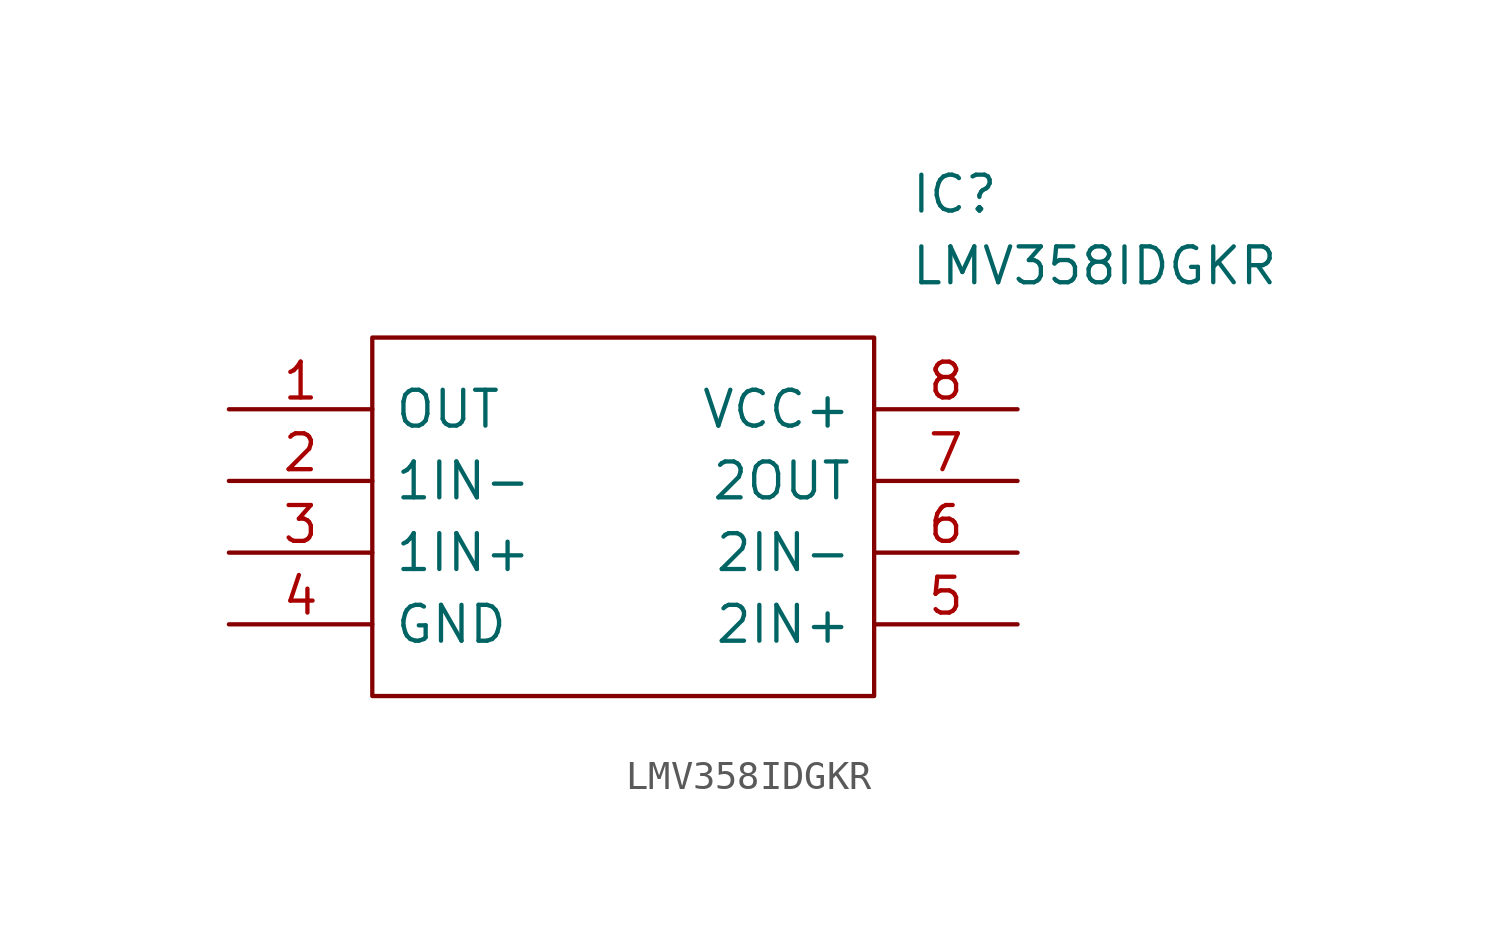
<source format=kicad_sym>
(kicad_symbol_lib
  (version 20211014)
  (generator kicad_symbol_editor)
  (symbol "LMV358IDGKR"
    (pin_names
      (offset 0.762))
    (property "Reference" "IC"
      (at 24.13 7.62 0)
      (effects (font (size 1.27 1.27)) (justify left)))
    (property "Value" "LMV358IDGKR"
      (at 24.13 5.08 0)
      (effects (font (size 1.27 1.27)) (justify left)))
    (symbol "LMV358IDGKR_0_0"
      (pin passive line (at 0 0 0) (length 5.08) (name "OUT" (effects (font (size 1.27 1.27)))) (number "1" (effects (font (size 1.27 1.27)))))
      (pin passive line (at 0 -2.54 0) (length 5.08) (name "1IN-" (effects (font (size 1.27 1.27)))) (number "2" (effects (font (size 1.27 1.27)))))
      (pin passive line (at 0 -5.08 0) (length 5.08) (name "1IN+" (effects (font (size 1.27 1.27)))) (number "3" (effects (font (size 1.27 1.27)))))
      (pin passive line (at 0 -7.62 0) (length 5.08) (name "GND" (effects (font (size 1.27 1.27)))) (number "4" (effects (font (size 1.27 1.27)))))
      (pin passive line (at 27.94 -7.62 180) (length 5.08) (name "2IN+" (effects (font (size 1.27 1.27)))) (number "5" (effects (font (size 1.27 1.27)))))
      (pin passive line (at 27.94 -5.08 180) (length 5.08) (name "2IN-" (effects (font (size 1.27 1.27)))) (number "6" (effects (font (size 1.27 1.27)))))
      (pin passive line (at 27.94 -2.54 180) (length 5.08) (name "2OUT" (effects (font (size 1.27 1.27)))) (number "7" (effects (font (size 1.27 1.27)))))
      (pin passive line (at 27.94 0 180) (length 5.08) (name "VCC+" (effects (font (size 1.27 1.27)))) (number "8" (effects (font (size 1.27 1.27))))))
    (symbol "LMV358IDGKR_0_1"
      (polyline (pts (xy 5.08 2.54) (xy 22.86 2.54) (xy 22.86 -10.16) (xy 5.08 -10.16) (xy 5.08 2.54)) (stroke (width 0.152) (type default) (color 0 0 0 0)) (fill (type none))))))
</source>
